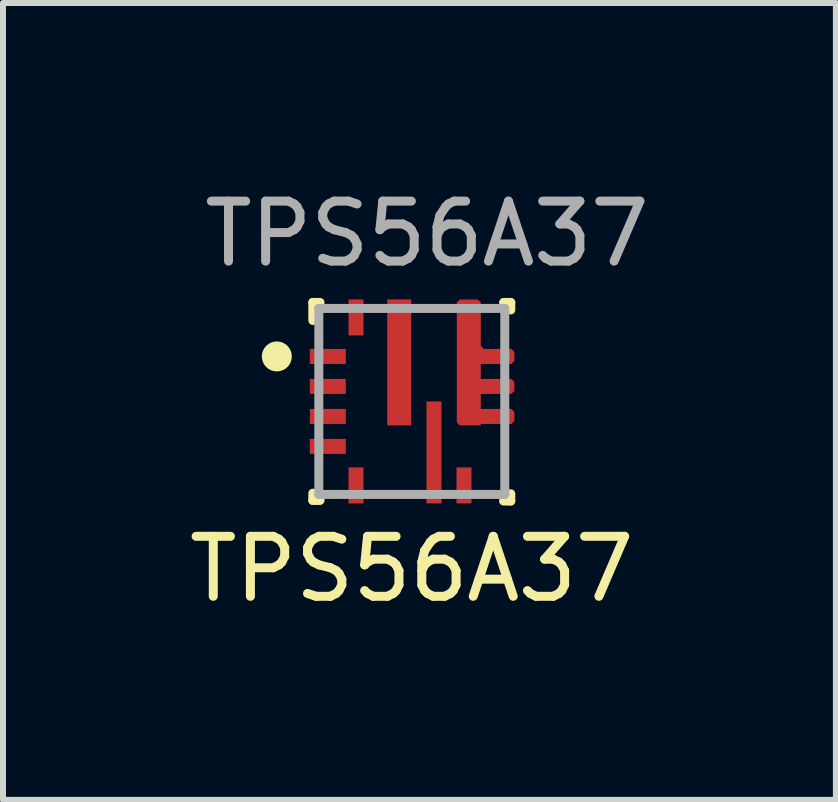
<source format=kicad_pcb>
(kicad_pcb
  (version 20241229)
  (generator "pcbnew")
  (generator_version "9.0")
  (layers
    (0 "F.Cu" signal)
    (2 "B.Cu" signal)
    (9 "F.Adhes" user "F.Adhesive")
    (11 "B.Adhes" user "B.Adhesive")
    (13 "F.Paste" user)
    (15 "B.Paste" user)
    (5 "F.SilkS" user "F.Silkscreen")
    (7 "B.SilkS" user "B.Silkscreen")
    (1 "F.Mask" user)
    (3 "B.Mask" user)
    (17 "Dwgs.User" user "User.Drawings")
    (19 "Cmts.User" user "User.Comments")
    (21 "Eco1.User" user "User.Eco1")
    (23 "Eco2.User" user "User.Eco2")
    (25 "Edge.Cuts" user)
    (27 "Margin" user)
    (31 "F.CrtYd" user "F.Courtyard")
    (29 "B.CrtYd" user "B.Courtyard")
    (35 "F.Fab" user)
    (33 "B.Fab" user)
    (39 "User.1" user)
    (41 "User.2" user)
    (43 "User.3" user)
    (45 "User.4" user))
  (footprint "TPS56A37"
    (layer "F.Cu")
    (at 3.815 3.642)
    (property "Reference" "TPS56A37" (at 0 2.794 0) (unlocked yes) (layer "F.SilkS") (effects (font (size 1 1) (thickness 0.15))))
    (attr smd)
    (fp_poly (pts (xy 0.8 -1.7) (xy 0.75 -1.65) (xy 0.75 0.35) (xy 0.8 0.4) (xy 1.15 0.4) (xy 1.15 0.375) (xy 1.66 0.375) (xy 1.71 0.325) (xy 1.71 0.175) (xy 1.66 0.125) (xy 1.15 0.125) (xy 1.15 -0.125) (xy 1.66 -0.125) (xy 1.71 -0.175) (xy 1.71 -0.325) (xy 1.66 -0.375) (xy 1.15 -0.375) (xy 1.15 -0.625) (xy 1.66 -0.625) (xy 1.71 -0.675) (xy 1.71 -0.825) (xy 1.66 -0.875) (xy 1.2 -0.875) (xy 1.15 -0.925) (xy 1.15 -1.65) (xy 1.1 -1.7)) (stroke (width 0) (type solid)) (fill yes) (layer "F.Cu"))
    (fp_poly (pts (xy 0.8 -1.7) (xy 0.75 -1.65) (xy 0.75 0.35) (xy 0.8 0.4) (xy 1.15 0.4) (xy 1.15 0.375) (xy 1.66 0.375) (xy 1.71 0.325) (xy 1.71 0.175) (xy 1.66 0.125) (xy 1.15 0.125) (xy 1.15 -0.125) (xy 1.66 -0.125) (xy 1.71 -0.175) (xy 1.71 -0.325) (xy 1.66 -0.375) (xy 1.15 -0.375) (xy 1.15 -0.625) (xy 1.66 -0.625) (xy 1.71 -0.675) (xy 1.71 -0.825) (xy 1.66 -0.875) (xy 1.2 -0.875) (xy 1.15 -0.925) (xy 1.15 -1.65) (xy 1.1 -1.7)) (stroke (width 0) (type solid)) (fill yes) (layer "F.Mask"))
    (fp_line (start -1.65 -1.65) (end -1.53 -1.65) (stroke (width 0.15) (type solid)) (layer "F.SilkS"))
    (fp_line (start -1.65 -1.35) (end -1.65 -1.65) (stroke (width 0.15) (type solid)) (layer "F.SilkS"))
    (fp_line (start -1.65 1.65) (end -1.65 1.53) (stroke (width 0.15) (type solid)) (layer "F.SilkS"))
    (fp_line (start -1.65 1.65) (end -1.53 1.65) (stroke (width 0.15) (type solid)) (layer "F.SilkS"))
    (fp_line (start 1.53 -1.65) (end 1.65 -1.65) (stroke (width 0.15) (type solid)) (layer "F.SilkS"))
    (fp_line (start 1.53 1.66) (end 1.65 1.66) (stroke (width 0.15) (type solid)) (layer "F.SilkS"))
    (fp_line (start 1.65 -1.525) (end 1.65 -1.645) (stroke (width 0.15) (type solid)) (layer "F.SilkS"))
    (fp_line (start 1.65 1.66) (end 1.65 1.54) (stroke (width 0.15) (type solid)) (layer "F.SilkS"))
    (fp_circle (center -2.25 -0.75) (end -2.125 -0.75) (stroke (width 0.25) (type solid)) (fill no) (layer "F.SilkS"))
    (fp_poly (pts (xy -0.41 0.345) (xy -0.41 -0.505) (xy -0.36 -0.555) (xy -0.06 -0.555) (xy -0.01 -0.505) (xy -0.01 0.345) (xy -0.06 0.395) (xy -0.36 0.395)) (stroke (width 0) (type solid)) (fill yes) (layer "F.Paste"))
    (fp_poly (pts (xy -0.36 -1.705) (xy -0.06 -1.705) (xy -0.01 -1.655) (xy -0.01 -0.805) (xy -0.06 -0.755) (xy -0.36 -0.755) (xy -0.41 -0.805) (xy -0.41 -1.655)) (stroke (width 0) (type solid)) (fill yes) (layer "F.Paste"))
    (fp_poly (pts (xy 0.245 1.655) (xy 0.245 1.005) (xy 0.295 0.955) (xy 0.445 0.955) (xy 0.495 1.005) (xy 0.495 1.655) (xy 0.445 1.705) (xy 0.295 1.705)) (stroke (width 0) (type solid)) (fill yes) (layer "F.Paste"))
    (fp_poly (pts (xy 0.445 0.005) (xy 0.495 0.055) (xy 0.495 0.705) (xy 0.445 0.755) (xy 0.295 0.755) (xy 0.245 0.705) (xy 0.245 0.055) (xy 0.295 0.005)) (stroke (width 0) (type solid)) (fill yes) (layer "F.Paste"))
    (fp_poly (pts (xy 0.8 -1.7) (xy 0.75 -1.65) (xy 0.75 0.35) (xy 0.8 0.4) (xy 1.15 0.4) (xy 1.15 0.375) (xy 1.66 0.375) (xy 1.71 0.325) (xy 1.71 0.175) (xy 1.66 0.125) (xy 1.15 0.125) (xy 1.15 -0.125) (xy 1.66 -0.125) (xy 1.71 -0.175) (xy 1.71 -0.325) (xy 1.66 -0.375) (xy 1.15 -0.375) (xy 1.15 -0.625) (xy 1.66 -0.625) (xy 1.71 -0.675) (xy 1.71 -0.825) (xy 1.66 -0.875) (xy 1.2 -0.875) (xy 1.15 -0.925) (xy 1.15 -1.65) (xy 1.1 -1.7)) (stroke (width 0) (type solid)) (fill yes) (layer "F.Paste"))
    (fp_line (start -1.55 -1.55) (end 1.55 -1.55) (stroke (width 0.15) (type solid)) (layer "F.Fab"))
    (fp_line (start -1.55 1.55) (end -1.55 -1.55) (stroke (width 0.15) (type solid)) (layer "F.Fab"))
    (fp_line (start -1.55 1.55) (end 1.55 1.55) (stroke (width 0.15) (type solid)) (layer "F.Fab"))
    (fp_line (start 1.55 1.55) (end 1.55 -1.55) (stroke (width 0.15) (type solid)) (layer "F.Fab"))
    (fp_text user "${REFERENCE}" (at 0.254 -2.794 0) (unlocked yes) (layer "F.Fab") (effects (font (size 1 1) (thickness 0.15))))
    (pad "1" smd rect (at -1.4 -0.75) (size 0.6 0.25) (layers "F.Cu" "F.Mask" "F.Paste"))
    (pad "2" smd rect (at -1.4 -0.25) (size 0.6 0.25) (layers "F.Cu" "F.Mask" "F.Paste"))
    (pad "3" smd rect (at -1.4 0.25) (size 0.6 0.25) (layers "F.Cu" "F.Mask" "F.Paste"))
    (pad "4" smd rect (at -1.4 0.75) (size 0.6 0.25) (layers "F.Cu" "F.Mask" "F.Paste"))
    (pad "5" smd rect (at -0.93 1.4 90) (size 0.6 0.25) (layers "F.Cu" "F.Mask" "F.Paste"))
    (pad "6" smd rect (at 0.37 0.85) (size 0.25 1.7) (layers "F.Cu" "F.Mask"))
    (pad "7" smd rect (at 0.87 1.4 90) (size 0.6 0.25) (layers "F.Cu" "F.Mask" "F.Paste"))
    (pad "8" smd circle (at 0.99 -0.8) (size 0.35 0.35) (layers "F.Cu" "F.Mask" "F.Paste"))
    (pad "9" smd rect (at -0.21 -0.65) (size 0.4 2.1) (layers "F.Cu" "F.Mask"))
    (pad "10" smd rect (at -0.93 -1.4 90) (size 0.6 0.25) (layers "F.Cu" "F.Mask" "F.Paste")))
  (gr_rect
    (start -3 -3)
    (end 10.885 10.284)
    (stroke (width 0.1) (type default))
    (fill no)
    (layer "Edge.Cuts")))
</source>
